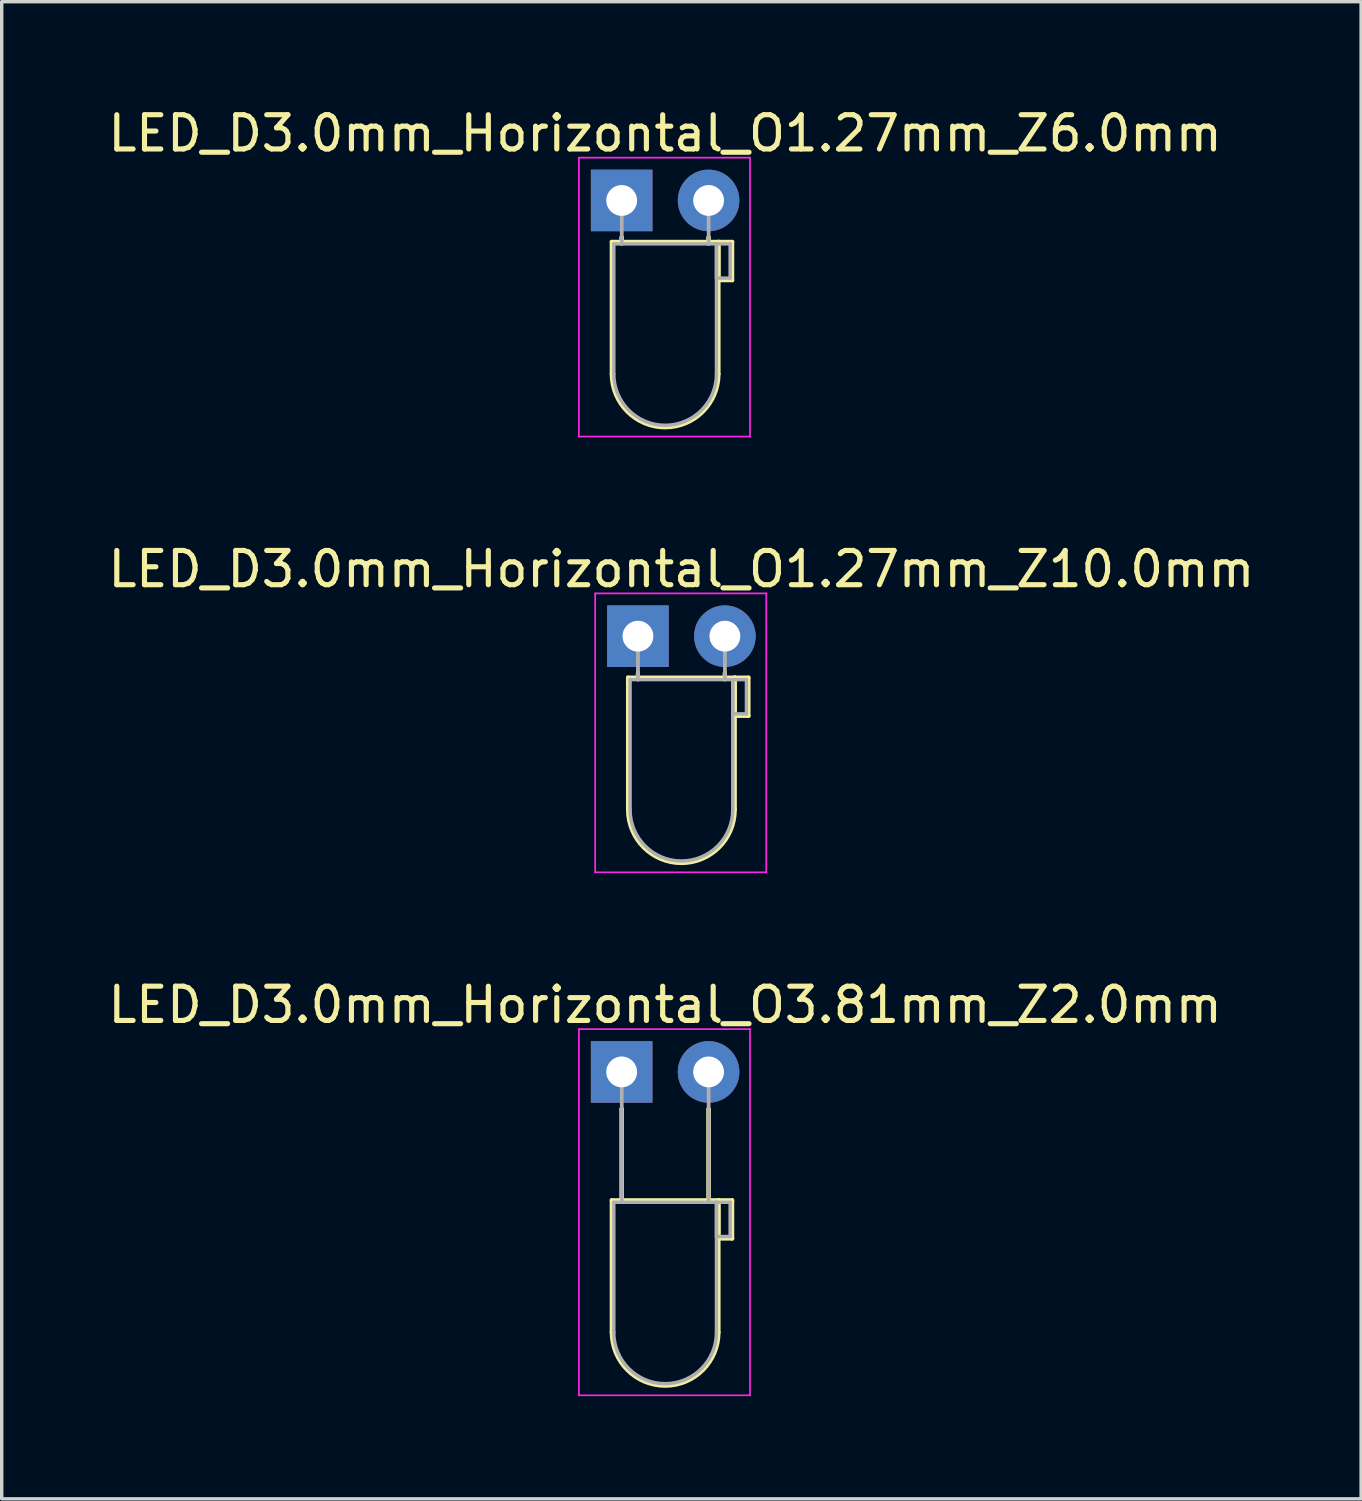
<source format=kicad_pcb>
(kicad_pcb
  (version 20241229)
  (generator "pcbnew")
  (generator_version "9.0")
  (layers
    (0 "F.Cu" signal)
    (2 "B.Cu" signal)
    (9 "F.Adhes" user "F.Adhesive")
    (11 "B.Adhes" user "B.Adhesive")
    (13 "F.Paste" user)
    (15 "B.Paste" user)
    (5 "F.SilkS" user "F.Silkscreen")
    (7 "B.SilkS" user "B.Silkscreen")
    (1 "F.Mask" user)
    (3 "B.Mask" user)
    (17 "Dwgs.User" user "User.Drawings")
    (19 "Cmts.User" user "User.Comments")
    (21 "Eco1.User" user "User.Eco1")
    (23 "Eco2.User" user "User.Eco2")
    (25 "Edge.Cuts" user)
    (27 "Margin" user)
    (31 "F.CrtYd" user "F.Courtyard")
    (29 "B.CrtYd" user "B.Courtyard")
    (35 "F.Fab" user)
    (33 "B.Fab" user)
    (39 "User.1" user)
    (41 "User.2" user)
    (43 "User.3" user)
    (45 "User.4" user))
  (footprint "LED_D3.0mm_Horizontal_O1.27mm_Z10.0mm"
    (layer "F.Cu")
    (at 15.593 15.541)
    (property "Reference" "LED_D3.0mm_Horizontal_O1.27mm_Z10.0mm" (at 1.27 -1.96 0) (layer "F.SilkS") (effects (font (size 1 1) (thickness 0.15))))
    (attr through_hole)
    (fp_line (start -0.29 1.21) (end -0.29 5.07) (stroke (width 0.12) (type solid)) (layer "F.SilkS"))
    (fp_line (start -0.29 1.21) (end 2.83 1.21) (stroke (width 0.12) (type solid)) (layer "F.SilkS"))
    (fp_line (start 0 1.08) (end 0 1.08) (stroke (width 0.12) (type solid)) (layer "F.SilkS"))
    (fp_line (start 0 1.08) (end 0 1.21) (stroke (width 0.12) (type solid)) (layer "F.SilkS"))
    (fp_line (start 0 1.21) (end 0 1.08) (stroke (width 0.12) (type solid)) (layer "F.SilkS"))
    (fp_line (start 0 1.21) (end 0 1.21) (stroke (width 0.12) (type solid)) (layer "F.SilkS"))
    (fp_line (start 2.54 1.08) (end 2.54 1.08) (stroke (width 0.12) (type solid)) (layer "F.SilkS"))
    (fp_line (start 2.54 1.08) (end 2.54 1.21) (stroke (width 0.12) (type solid)) (layer "F.SilkS"))
    (fp_line (start 2.54 1.21) (end 2.54 1.08) (stroke (width 0.12) (type solid)) (layer "F.SilkS"))
    (fp_line (start 2.54 1.21) (end 2.54 1.21) (stroke (width 0.12) (type solid)) (layer "F.SilkS"))
    (fp_line (start 2.83 1.21) (end 2.83 5.07) (stroke (width 0.12) (type solid)) (layer "F.SilkS"))
    (fp_line (start 2.83 1.21) (end 3.23 1.21) (stroke (width 0.12) (type solid)) (layer "F.SilkS"))
    (fp_line (start 2.83 2.33) (end 2.83 1.21) (stroke (width 0.12) (type solid)) (layer "F.SilkS"))
    (fp_line (start 3.23 1.21) (end 3.23 2.33) (stroke (width 0.12) (type solid)) (layer "F.SilkS"))
    (fp_line (start 3.23 2.33) (end 2.83 2.33) (stroke (width 0.12) (type solid)) (layer "F.SilkS"))
    (fp_arc (start 2.83 5.07) (mid 1.27 6.63) (end -0.29 5.07) (stroke (width 0.12) (type solid)) (layer "F.SilkS"))
    (fp_line (start -1.25 -1.25) (end -1.25 6.9) (stroke (width 0.05) (type solid)) (layer "F.CrtYd"))
    (fp_line (start -1.25 6.9) (end 3.75 6.9) (stroke (width 0.05) (type solid)) (layer "F.CrtYd"))
    (fp_line (start 3.75 -1.25) (end -1.25 -1.25) (stroke (width 0.05) (type solid)) (layer "F.CrtYd"))
    (fp_line (start 3.75 6.9) (end 3.75 -1.25) (stroke (width 0.05) (type solid)) (layer "F.CrtYd"))
    (fp_line (start -0.23 1.27) (end -0.23 5.07) (stroke (width 0.1) (type solid)) (layer "F.Fab"))
    (fp_line (start -0.23 1.27) (end 2.77 1.27) (stroke (width 0.1) (type solid)) (layer "F.Fab"))
    (fp_line (start 0 0) (end 0 0) (stroke (width 0.1) (type solid)) (layer "F.Fab"))
    (fp_line (start 0 0) (end 0 1.27) (stroke (width 0.1) (type solid)) (layer "F.Fab"))
    (fp_line (start 0 1.27) (end 0 0) (stroke (width 0.1) (type solid)) (layer "F.Fab"))
    (fp_line (start 0 1.27) (end 0 1.27) (stroke (width 0.1) (type solid)) (layer "F.Fab"))
    (fp_line (start 2.54 0) (end 2.54 0) (stroke (width 0.1) (type solid)) (layer "F.Fab"))
    (fp_line (start 2.54 0) (end 2.54 1.27) (stroke (width 0.1) (type solid)) (layer "F.Fab"))
    (fp_line (start 2.54 1.27) (end 2.54 0) (stroke (width 0.1) (type solid)) (layer "F.Fab"))
    (fp_line (start 2.54 1.27) (end 2.54 1.27) (stroke (width 0.1) (type solid)) (layer "F.Fab"))
    (fp_line (start 2.77 1.27) (end 2.77 5.07) (stroke (width 0.1) (type solid)) (layer "F.Fab"))
    (fp_line (start 2.77 1.27) (end 3.17 1.27) (stroke (width 0.1) (type solid)) (layer "F.Fab"))
    (fp_line (start 2.77 2.27) (end 2.77 1.27) (stroke (width 0.1) (type solid)) (layer "F.Fab"))
    (fp_line (start 3.17 1.27) (end 3.17 2.27) (stroke (width 0.1) (type solid)) (layer "F.Fab"))
    (fp_line (start 3.17 2.27) (end 2.77 2.27) (stroke (width 0.1) (type solid)) (layer "F.Fab"))
    (fp_arc (start 2.77 5.07) (mid 1.27 6.57) (end -0.23 5.07) (stroke (width 0.1) (type solid)) (layer "F.Fab"))
    (pad "1" thru_hole rect (at 0 0) (size 1.8 1.8) (drill 0.9) (layers "*.Cu" "*.Mask"))
    (pad "2" thru_hole circle (at 2.54 0) (size 1.8 1.8) (drill 0.9) (layers "*.Cu" "*.Mask")))
  (footprint "LED_D3.0mm_Horizontal_O1.27mm_Z6.0mm"
    (layer "F.Cu")
    (at 15.117 2.808)
    (property "Reference" "LED_D3.0mm_Horizontal_O1.27mm_Z6.0mm" (at 1.27 -1.96 0) (layer "F.SilkS") (effects (font (size 1 1) (thickness 0.15))))
    (attr through_hole)
    (fp_line (start -0.29 1.21) (end -0.29 5.07) (stroke (width 0.12) (type solid)) (layer "F.SilkS"))
    (fp_line (start -0.29 1.21) (end 2.83 1.21) (stroke (width 0.12) (type solid)) (layer "F.SilkS"))
    (fp_line (start 0 1.08) (end 0 1.08) (stroke (width 0.12) (type solid)) (layer "F.SilkS"))
    (fp_line (start 0 1.08) (end 0 1.21) (stroke (width 0.12) (type solid)) (layer "F.SilkS"))
    (fp_line (start 0 1.21) (end 0 1.08) (stroke (width 0.12) (type solid)) (layer "F.SilkS"))
    (fp_line (start 0 1.21) (end 0 1.21) (stroke (width 0.12) (type solid)) (layer "F.SilkS"))
    (fp_line (start 2.54 1.08) (end 2.54 1.08) (stroke (width 0.12) (type solid)) (layer "F.SilkS"))
    (fp_line (start 2.54 1.08) (end 2.54 1.21) (stroke (width 0.12) (type solid)) (layer "F.SilkS"))
    (fp_line (start 2.54 1.21) (end 2.54 1.08) (stroke (width 0.12) (type solid)) (layer "F.SilkS"))
    (fp_line (start 2.54 1.21) (end 2.54 1.21) (stroke (width 0.12) (type solid)) (layer "F.SilkS"))
    (fp_line (start 2.83 1.21) (end 2.83 5.07) (stroke (width 0.12) (type solid)) (layer "F.SilkS"))
    (fp_line (start 2.83 1.21) (end 3.23 1.21) (stroke (width 0.12) (type solid)) (layer "F.SilkS"))
    (fp_line (start 2.83 2.33) (end 2.83 1.21) (stroke (width 0.12) (type solid)) (layer "F.SilkS"))
    (fp_line (start 3.23 1.21) (end 3.23 2.33) (stroke (width 0.12) (type solid)) (layer "F.SilkS"))
    (fp_line (start 3.23 2.33) (end 2.83 2.33) (stroke (width 0.12) (type solid)) (layer "F.SilkS"))
    (fp_arc (start 2.83 5.07) (mid 1.27 6.63) (end -0.29 5.07) (stroke (width 0.12) (type solid)) (layer "F.SilkS"))
    (fp_line (start -1.25 -1.25) (end -1.25 6.9) (stroke (width 0.05) (type solid)) (layer "F.CrtYd"))
    (fp_line (start -1.25 6.9) (end 3.75 6.9) (stroke (width 0.05) (type solid)) (layer "F.CrtYd"))
    (fp_line (start 3.75 -1.25) (end -1.25 -1.25) (stroke (width 0.05) (type solid)) (layer "F.CrtYd"))
    (fp_line (start 3.75 6.9) (end 3.75 -1.25) (stroke (width 0.05) (type solid)) (layer "F.CrtYd"))
    (fp_line (start -0.23 1.27) (end -0.23 5.07) (stroke (width 0.1) (type solid)) (layer "F.Fab"))
    (fp_line (start -0.23 1.27) (end 2.77 1.27) (stroke (width 0.1) (type solid)) (layer "F.Fab"))
    (fp_line (start 0 0) (end 0 0) (stroke (width 0.1) (type solid)) (layer "F.Fab"))
    (fp_line (start 0 0) (end 0 1.27) (stroke (width 0.1) (type solid)) (layer "F.Fab"))
    (fp_line (start 0 1.27) (end 0 0) (stroke (width 0.1) (type solid)) (layer "F.Fab"))
    (fp_line (start 0 1.27) (end 0 1.27) (stroke (width 0.1) (type solid)) (layer "F.Fab"))
    (fp_line (start 2.54 0) (end 2.54 0) (stroke (width 0.1) (type solid)) (layer "F.Fab"))
    (fp_line (start 2.54 0) (end 2.54 1.27) (stroke (width 0.1) (type solid)) (layer "F.Fab"))
    (fp_line (start 2.54 1.27) (end 2.54 0) (stroke (width 0.1) (type solid)) (layer "F.Fab"))
    (fp_line (start 2.54 1.27) (end 2.54 1.27) (stroke (width 0.1) (type solid)) (layer "F.Fab"))
    (fp_line (start 2.77 1.27) (end 2.77 5.07) (stroke (width 0.1) (type solid)) (layer "F.Fab"))
    (fp_line (start 2.77 1.27) (end 3.17 1.27) (stroke (width 0.1) (type solid)) (layer "F.Fab"))
    (fp_line (start 2.77 2.27) (end 2.77 1.27) (stroke (width 0.1) (type solid)) (layer "F.Fab"))
    (fp_line (start 3.17 1.27) (end 3.17 2.27) (stroke (width 0.1) (type solid)) (layer "F.Fab"))
    (fp_line (start 3.17 2.27) (end 2.77 2.27) (stroke (width 0.1) (type solid)) (layer "F.Fab"))
    (fp_arc (start 2.77 5.07) (mid 1.27 6.57) (end -0.23 5.07) (stroke (width 0.1) (type solid)) (layer "F.Fab"))
    (pad "1" thru_hole rect (at 0 0) (size 1.8 1.8) (drill 0.9) (layers "*.Cu" "*.Mask"))
    (pad "2" thru_hole circle (at 2.54 0) (size 1.8 1.8) (drill 0.9) (layers "*.Cu" "*.Mask")))
  (footprint "LED_D3.0mm_Horizontal_O3.81mm_Z2.0mm"
    (layer "F.Cu")
    (at 15.117 28.275)
    (property "Reference" "LED_D3.0mm_Horizontal_O3.81mm_Z2.0mm" (at 1.27 -1.96 0) (layer "F.SilkS") (effects (font (size 1 1) (thickness 0.15))))
    (attr through_hole)
    (fp_line (start -0.29 3.75) (end -0.29 7.61) (stroke (width 0.12) (type solid)) (layer "F.SilkS"))
    (fp_line (start -0.29 3.75) (end 2.83 3.75) (stroke (width 0.12) (type solid)) (layer "F.SilkS"))
    (fp_line (start 0 1.08) (end 0 1.08) (stroke (width 0.12) (type solid)) (layer "F.SilkS"))
    (fp_line (start 0 1.08) (end 0 3.75) (stroke (width 0.12) (type solid)) (layer "F.SilkS"))
    (fp_line (start 0 3.75) (end 0 1.08) (stroke (width 0.12) (type solid)) (layer "F.SilkS"))
    (fp_line (start 0 3.75) (end 0 3.75) (stroke (width 0.12) (type solid)) (layer "F.SilkS"))
    (fp_line (start 2.54 1.08) (end 2.54 1.08) (stroke (width 0.12) (type solid)) (layer "F.SilkS"))
    (fp_line (start 2.54 1.08) (end 2.54 3.75) (stroke (width 0.12) (type solid)) (layer "F.SilkS"))
    (fp_line (start 2.54 3.75) (end 2.54 1.08) (stroke (width 0.12) (type solid)) (layer "F.SilkS"))
    (fp_line (start 2.54 3.75) (end 2.54 3.75) (stroke (width 0.12) (type solid)) (layer "F.SilkS"))
    (fp_line (start 2.83 3.75) (end 2.83 7.61) (stroke (width 0.12) (type solid)) (layer "F.SilkS"))
    (fp_line (start 2.83 3.75) (end 3.23 3.75) (stroke (width 0.12) (type solid)) (layer "F.SilkS"))
    (fp_line (start 2.83 4.87) (end 2.83 3.75) (stroke (width 0.12) (type solid)) (layer "F.SilkS"))
    (fp_line (start 3.23 3.75) (end 3.23 4.87) (stroke (width 0.12) (type solid)) (layer "F.SilkS"))
    (fp_line (start 3.23 4.87) (end 2.83 4.87) (stroke (width 0.12) (type solid)) (layer "F.SilkS"))
    (fp_arc (start 2.83 7.61) (mid 1.27 9.17) (end -0.29 7.61) (stroke (width 0.12) (type solid)) (layer "F.SilkS"))
    (fp_line (start -1.25 -1.25) (end -1.25 9.45) (stroke (width 0.05) (type solid)) (layer "F.CrtYd"))
    (fp_line (start -1.25 9.45) (end 3.75 9.45) (stroke (width 0.05) (type solid)) (layer "F.CrtYd"))
    (fp_line (start 3.75 -1.25) (end -1.25 -1.25) (stroke (width 0.05) (type solid)) (layer "F.CrtYd"))
    (fp_line (start 3.75 9.45) (end 3.75 -1.25) (stroke (width 0.05) (type solid)) (layer "F.CrtYd"))
    (fp_line (start -0.23 3.81) (end -0.23 7.61) (stroke (width 0.1) (type solid)) (layer "F.Fab"))
    (fp_line (start -0.23 3.81) (end 2.77 3.81) (stroke (width 0.1) (type solid)) (layer "F.Fab"))
    (fp_line (start 0 0) (end 0 0) (stroke (width 0.1) (type solid)) (layer "F.Fab"))
    (fp_line (start 0 0) (end 0 3.81) (stroke (width 0.1) (type solid)) (layer "F.Fab"))
    (fp_line (start 0 3.81) (end 0 0) (stroke (width 0.1) (type solid)) (layer "F.Fab"))
    (fp_line (start 0 3.81) (end 0 3.81) (stroke (width 0.1) (type solid)) (layer "F.Fab"))
    (fp_line (start 2.54 0) (end 2.54 0) (stroke (width 0.1) (type solid)) (layer "F.Fab"))
    (fp_line (start 2.54 0) (end 2.54 3.81) (stroke (width 0.1) (type solid)) (layer "F.Fab"))
    (fp_line (start 2.54 3.81) (end 2.54 0) (stroke (width 0.1) (type solid)) (layer "F.Fab"))
    (fp_line (start 2.54 3.81) (end 2.54 3.81) (stroke (width 0.1) (type solid)) (layer "F.Fab"))
    (fp_line (start 2.77 3.81) (end 2.77 7.61) (stroke (width 0.1) (type solid)) (layer "F.Fab"))
    (fp_line (start 2.77 3.81) (end 3.17 3.81) (stroke (width 0.1) (type solid)) (layer "F.Fab"))
    (fp_line (start 2.77 4.81) (end 2.77 3.81) (stroke (width 0.1) (type solid)) (layer "F.Fab"))
    (fp_line (start 3.17 3.81) (end 3.17 4.81) (stroke (width 0.1) (type solid)) (layer "F.Fab"))
    (fp_line (start 3.17 4.81) (end 2.77 4.81) (stroke (width 0.1) (type solid)) (layer "F.Fab"))
    (fp_arc (start 2.77 7.61) (mid 1.27 9.11) (end -0.23 7.61) (stroke (width 0.1) (type solid)) (layer "F.Fab"))
    (pad "1" thru_hole rect (at 0 0) (size 1.8 1.8) (drill 0.9) (layers "*.Cu" "*.Mask"))
    (pad "2" thru_hole circle (at 2.54 0) (size 1.8 1.8) (drill 0.9) (layers "*.Cu" "*.Mask")))
  (gr_rect
    (start -3 -3)
    (end 36.726 40.75)
    (stroke (width 0.1) (type default))
    (fill no)
    (layer "Edge.Cuts")))
</source>
